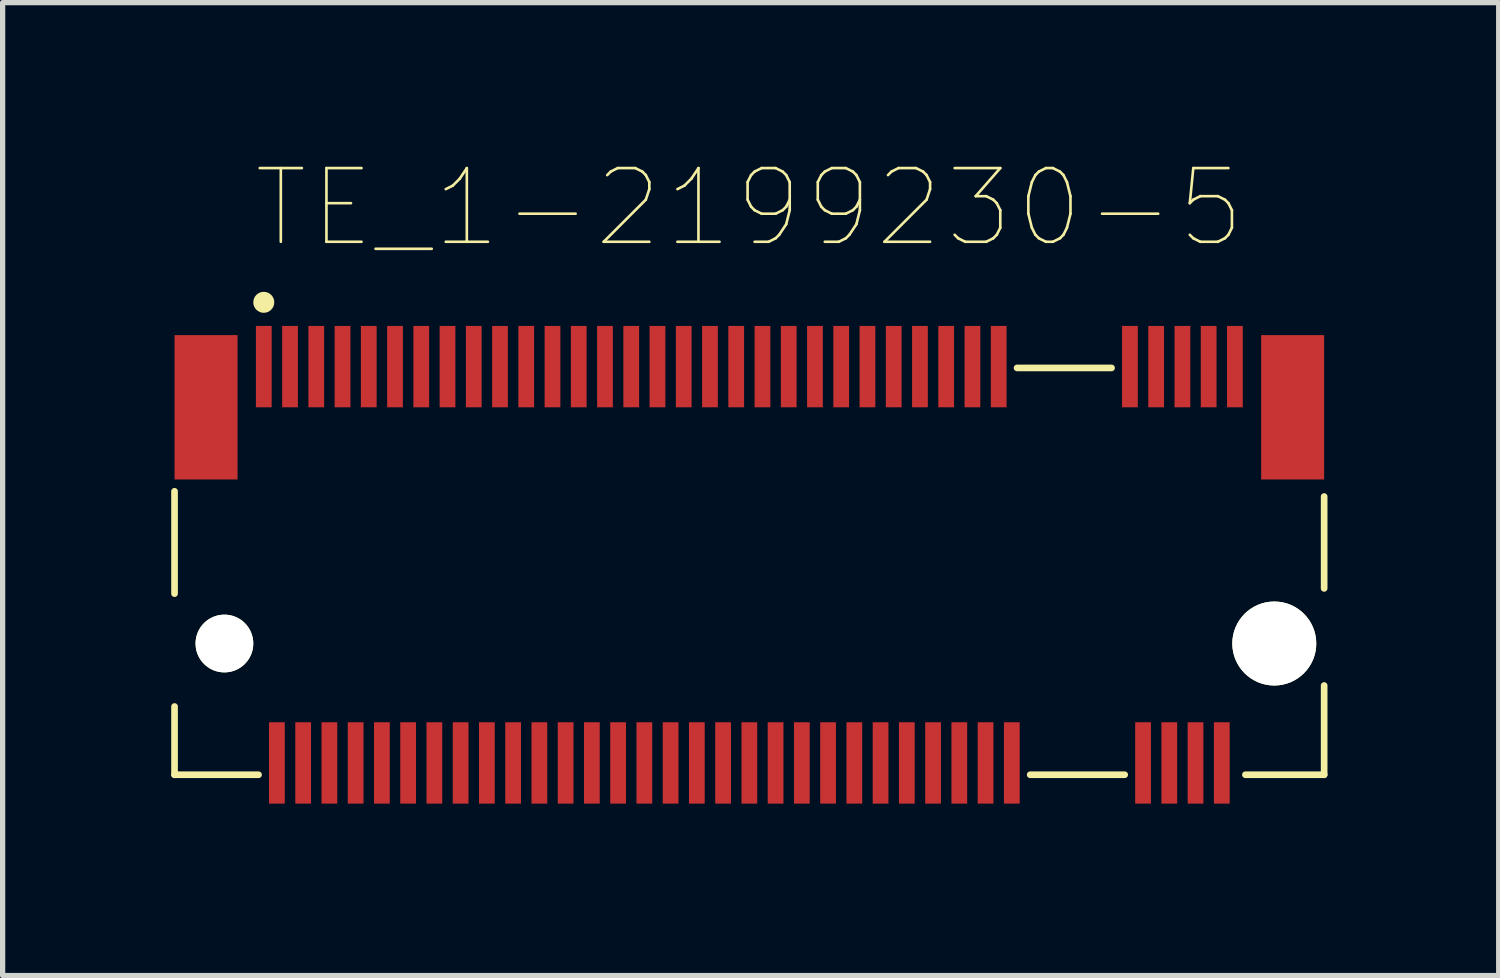
<source format=kicad_pcb>
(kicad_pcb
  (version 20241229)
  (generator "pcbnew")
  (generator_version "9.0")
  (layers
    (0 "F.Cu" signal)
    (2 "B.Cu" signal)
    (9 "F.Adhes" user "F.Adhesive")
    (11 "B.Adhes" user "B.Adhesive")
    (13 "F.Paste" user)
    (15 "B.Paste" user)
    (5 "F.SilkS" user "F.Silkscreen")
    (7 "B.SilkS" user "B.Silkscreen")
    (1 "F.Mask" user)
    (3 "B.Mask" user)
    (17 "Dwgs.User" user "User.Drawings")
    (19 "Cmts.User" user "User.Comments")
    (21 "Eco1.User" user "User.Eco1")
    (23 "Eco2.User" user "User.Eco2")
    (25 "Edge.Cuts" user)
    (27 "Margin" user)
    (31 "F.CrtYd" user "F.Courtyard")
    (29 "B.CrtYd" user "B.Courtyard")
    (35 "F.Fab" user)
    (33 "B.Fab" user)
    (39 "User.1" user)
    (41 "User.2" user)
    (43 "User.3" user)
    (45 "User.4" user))
  (footprint "TE_1-2199230-5"
    (layer "F.Cu")
    (at 11.225 9.209)
    (property "Reference" "TE_1-2199230-5" (at 0 -8.3 0) (layer "F.SilkS") (effects (font (size 1.404 1.404) (thickness 0.05))))
    (attr smd)
    (fp_line (start -10.95 -2.9) (end -10.95 -0.95) (stroke (width 0.127) (type solid)) (layer "F.SilkS"))
    (fp_line (start -10.95 1.2) (end -10.95 2.5) (stroke (width 0.127) (type solid)) (layer "F.SilkS"))
    (fp_line (start -10.95 2.5) (end -9.35 2.5) (stroke (width 0.127) (type solid)) (layer "F.SilkS"))
    (fp_line (start 5.1 -5.25) (end 6.9 -5.25) (stroke (width 0.127) (type solid)) (layer "F.SilkS"))
    (fp_line (start 5.35 2.5) (end 7.15 2.5) (stroke (width 0.127) (type solid)) (layer "F.SilkS"))
    (fp_line (start 9.45 2.5) (end 10.95 2.5) (stroke (width 0.127) (type solid)) (layer "F.SilkS"))
    (fp_line (start 10.95 -1.05) (end 10.95 -2.8) (stroke (width 0.127) (type solid)) (layer "F.SilkS"))
    (fp_line (start 10.95 2.5) (end 10.95 0.8) (stroke (width 0.127) (type solid)) (layer "F.SilkS"))
    (fp_circle (center -9.25 -6.5) (end -9.15 -6.5) (stroke (width 0.2) (type solid)) (fill no) (layer "F.SilkS"))
    (fp_line (start -11.2 -6.3) (end -11.2 3.3) (stroke (width 0.05) (type solid)) (layer "Eco1.User"))
    (fp_line (start -11.2 3.3) (end 11.25 3.3) (stroke (width 0.05) (type solid)) (layer "Eco1.User"))
    (fp_line (start 11.25 -6.3) (end -11.2 -6.3) (stroke (width 0.05) (type solid)) (layer "Eco1.User"))
    (fp_line (start 11.25 3.3) (end 11.25 -6.3) (stroke (width 0.05) (type solid)) (layer "Eco1.User"))
    (fp_line (start -10.95 -5.25) (end 10.95 -5.25) (stroke (width 0.127) (type solid)) (layer "Eco2.User"))
    (fp_line (start -10.95 2.5) (end -10.95 -5.25) (stroke (width 0.127) (type solid)) (layer "Eco2.User"))
    (fp_line (start 10.95 -5.25) (end 10.95 2.5) (stroke (width 0.127) (type solid)) (layer "Eco2.User"))
    (fp_line (start 10.95 2.5) (end -10.95 2.5) (stroke (width 0.127) (type solid)) (layer "Eco2.User"))
    (pad "" np_thru_hole circle (at -10 0) (size 1.1 1.1) (drill 1.1) (layers "*.Cu" "*.Mask" "F.SilkS"))
    (pad "" np_thru_hole circle (at 10 0) (size 1.6 1.6) (drill 1.6) (layers "*.Cu" "*.Mask" "F.SilkS"))
    (pad "1" smd rect (at -9.25 -5.275) (size 0.3 1.55) (layers "F.Cu" "F.Mask" "F.Paste"))
    (pad "2" smd rect (at -9 2.275) (size 0.3 1.55) (layers "F.Cu" "F.Mask" "F.Paste"))
    (pad "3" smd rect (at -8.75 -5.275) (size 0.3 1.55) (layers "F.Cu" "F.Mask" "F.Paste"))
    (pad "4" smd rect (at -8.5 2.275) (size 0.3 1.55) (layers "F.Cu" "F.Mask" "F.Paste"))
    (pad "5" smd rect (at -8.25 -5.275) (size 0.3 1.55) (layers "F.Cu" "F.Mask" "F.Paste"))
    (pad "6" smd rect (at -8 2.275) (size 0.3 1.55) (layers "F.Cu" "F.Mask" "F.Paste"))
    (pad "7" smd rect (at -7.75 -5.275) (size 0.3 1.55) (layers "F.Cu" "F.Mask" "F.Paste"))
    (pad "8" smd rect (at -7.5 2.275) (size 0.3 1.55) (layers "F.Cu" "F.Mask" "F.Paste"))
    (pad "9" smd rect (at -7.25 -5.275) (size 0.3 1.55) (layers "F.Cu" "F.Mask" "F.Paste"))
    (pad "10" smd rect (at -7 2.275) (size 0.3 1.55) (layers "F.Cu" "F.Mask" "F.Paste"))
    (pad "11" smd rect (at -6.75 -5.275) (size 0.3 1.55) (layers "F.Cu" "F.Mask" "F.Paste"))
    (pad "20" smd rect (at -6.5 2.275) (size 0.3 1.55) (layers "F.Cu" "F.Mask" "F.Paste"))
    (pad "21" smd rect (at -6.25 -5.275) (size 0.3 1.55) (layers "F.Cu" "F.Mask" "F.Paste"))
    (pad "22" smd rect (at -6 2.275) (size 0.3 1.55) (layers "F.Cu" "F.Mask" "F.Paste"))
    (pad "23" smd rect (at -5.75 -5.275) (size 0.3 1.55) (layers "F.Cu" "F.Mask" "F.Paste"))
    (pad "24" smd rect (at -5.5 2.275) (size 0.3 1.55) (layers "F.Cu" "F.Mask" "F.Paste"))
    (pad "25" smd rect (at -5.25 -5.275) (size 0.3 1.55) (layers "F.Cu" "F.Mask" "F.Paste"))
    (pad "26" smd rect (at -5 2.275) (size 0.3 1.55) (layers "F.Cu" "F.Mask" "F.Paste"))
    (pad "27" smd rect (at -4.75 -5.275) (size 0.3 1.55) (layers "F.Cu" "F.Mask" "F.Paste"))
    (pad "28" smd rect (at -4.5 2.275) (size 0.3 1.55) (layers "F.Cu" "F.Mask" "F.Paste"))
    (pad "29" smd rect (at -4.25 -5.275) (size 0.3 1.55) (layers "F.Cu" "F.Mask" "F.Paste"))
    (pad "30" smd rect (at -4 2.275) (size 0.3 1.55) (layers "F.Cu" "F.Mask" "F.Paste"))
    (pad "31" smd rect (at -3.75 -5.275) (size 0.3 1.55) (layers "F.Cu" "F.Mask" "F.Paste"))
    (pad "32" smd rect (at -3.5 2.275) (size 0.3 1.55) (layers "F.Cu" "F.Mask" "F.Paste"))
    (pad "33" smd rect (at -3.25 -5.275) (size 0.3 1.55) (layers "F.Cu" "F.Mask" "F.Paste"))
    (pad "34" smd rect (at -3 2.275) (size 0.3 1.55) (layers "F.Cu" "F.Mask" "F.Paste"))
    (pad "35" smd rect (at -2.75 -5.275) (size 0.3 1.55) (layers "F.Cu" "F.Mask" "F.Paste"))
    (pad "36" smd rect (at -2.5 2.275) (size 0.3 1.55) (layers "F.Cu" "F.Mask" "F.Paste"))
    (pad "37" smd rect (at -2.25 -5.275) (size 0.3 1.55) (layers "F.Cu" "F.Mask" "F.Paste"))
    (pad "38" smd rect (at -2 2.275) (size 0.3 1.55) (layers "F.Cu" "F.Mask" "F.Paste"))
    (pad "39" smd rect (at -1.75 -5.275) (size 0.3 1.55) (layers "F.Cu" "F.Mask" "F.Paste"))
    (pad "40" smd rect (at -1.5 2.275) (size 0.3 1.55) (layers "F.Cu" "F.Mask" "F.Paste"))
    (pad "41" smd rect (at -1.25 -5.275) (size 0.3 1.55) (layers "F.Cu" "F.Mask" "F.Paste"))
    (pad "42" smd rect (at -1 2.275) (size 0.3 1.55) (layers "F.Cu" "F.Mask" "F.Paste"))
    (pad "43" smd rect (at -0.75 -5.275) (size 0.3 1.55) (layers "F.Cu" "F.Mask" "F.Paste"))
    (pad "44" smd rect (at -0.5 2.275) (size 0.3 1.55) (layers "F.Cu" "F.Mask" "F.Paste"))
    (pad "45" smd rect (at -0.25 -5.275) (size 0.3 1.55) (layers "F.Cu" "F.Mask" "F.Paste"))
    (pad "46" smd rect (at 0 2.275) (size 0.3 1.55) (layers "F.Cu" "F.Mask" "F.Paste"))
    (pad "47" smd rect (at 0.25 -5.275) (size 0.3 1.55) (layers "F.Cu" "F.Mask" "F.Paste"))
    (pad "48" smd rect (at 0.5 2.275) (size 0.3 1.55) (layers "F.Cu" "F.Mask" "F.Paste"))
    (pad "49" smd rect (at 0.75 -5.275) (size 0.3 1.55) (layers "F.Cu" "F.Mask" "F.Paste"))
    (pad "50" smd rect (at 1 2.275) (size 0.3 1.55) (layers "F.Cu" "F.Mask" "F.Paste"))
    (pad "51" smd rect (at 1.25 -5.275) (size 0.3 1.55) (layers "F.Cu" "F.Mask" "F.Paste"))
    (pad "52" smd rect (at 1.5 2.275) (size 0.3 1.55) (layers "F.Cu" "F.Mask" "F.Paste"))
    (pad "53" smd rect (at 1.75 -5.275) (size 0.3 1.55) (layers "F.Cu" "F.Mask" "F.Paste"))
    (pad "54" smd rect (at 2 2.275) (size 0.3 1.55) (layers "F.Cu" "F.Mask" "F.Paste"))
    (pad "55" smd rect (at 2.25 -5.275) (size 0.3 1.55) (layers "F.Cu" "F.Mask" "F.Paste"))
    (pad "56" smd rect (at 2.5 2.275) (size 0.3 1.55) (layers "F.Cu" "F.Mask" "F.Paste"))
    (pad "57" smd rect (at 2.75 -5.275) (size 0.3 1.55) (layers "F.Cu" "F.Mask" "F.Paste"))
    (pad "58" smd rect (at 3 2.275) (size 0.3 1.55) (layers "F.Cu" "F.Mask" "F.Paste"))
    (pad "59" smd rect (at 3.25 -5.275) (size 0.3 1.55) (layers "F.Cu" "F.Mask" "F.Paste"))
    (pad "60" smd rect (at 3.5 2.275) (size 0.3 1.55) (layers "F.Cu" "F.Mask" "F.Paste"))
    (pad "61" smd rect (at 3.75 -5.275) (size 0.3 1.55) (layers "F.Cu" "F.Mask" "F.Paste"))
    (pad "62" smd rect (at 4 2.275) (size 0.3 1.55) (layers "F.Cu" "F.Mask" "F.Paste"))
    (pad "63" smd rect (at 4.25 -5.275) (size 0.3 1.55) (layers "F.Cu" "F.Mask" "F.Paste"))
    (pad "64" smd rect (at 4.5 2.275) (size 0.3 1.55) (layers "F.Cu" "F.Mask" "F.Paste"))
    (pad "65" smd rect (at 4.75 -5.275) (size 0.3 1.55) (layers "F.Cu" "F.Mask" "F.Paste"))
    (pad "66" smd rect (at 5 2.275) (size 0.3 1.55) (layers "F.Cu" "F.Mask" "F.Paste"))
    (pad "67" smd rect (at 7.25 -5.275) (size 0.3 1.55) (layers "F.Cu" "F.Mask" "F.Paste"))
    (pad "68" smd rect (at 7.5 2.275) (size 0.3 1.55) (layers "F.Cu" "F.Mask" "F.Paste"))
    (pad "69" smd rect (at 7.75 -5.275) (size 0.3 1.55) (layers "F.Cu" "F.Mask" "F.Paste"))
    (pad "70" smd rect (at 8 2.275) (size 0.3 1.55) (layers "F.Cu" "F.Mask" "F.Paste"))
    (pad "71" smd rect (at 8.25 -5.275) (size 0.3 1.55) (layers "F.Cu" "F.Mask" "F.Paste"))
    (pad "72" smd rect (at 8.5 2.275) (size 0.3 1.55) (layers "F.Cu" "F.Mask" "F.Paste"))
    (pad "73" smd rect (at 8.75 -5.275) (size 0.3 1.55) (layers "F.Cu" "F.Mask" "F.Paste"))
    (pad "74" smd rect (at 9 2.275) (size 0.3 1.55) (layers "F.Cu" "F.Mask" "F.Paste"))
    (pad "75" smd rect (at 9.25 -5.275) (size 0.3 1.55) (layers "F.Cu" "F.Mask" "F.Paste"))
    (pad "S1" smd rect (at -10.35 -4.5) (size 1.2 2.75) (layers "F.Cu" "F.Mask" "F.Paste"))
    (pad "S2" smd rect (at 10.35 -4.5) (size 1.2 2.75) (layers "F.Cu" "F.Mask" "F.Paste")))
  (gr_rect
    (start -3 -3)
    (end 25.5 15.534)
    (stroke (width 0.1) (type default))
    (fill no)
    (layer "Edge.Cuts")))
</source>
